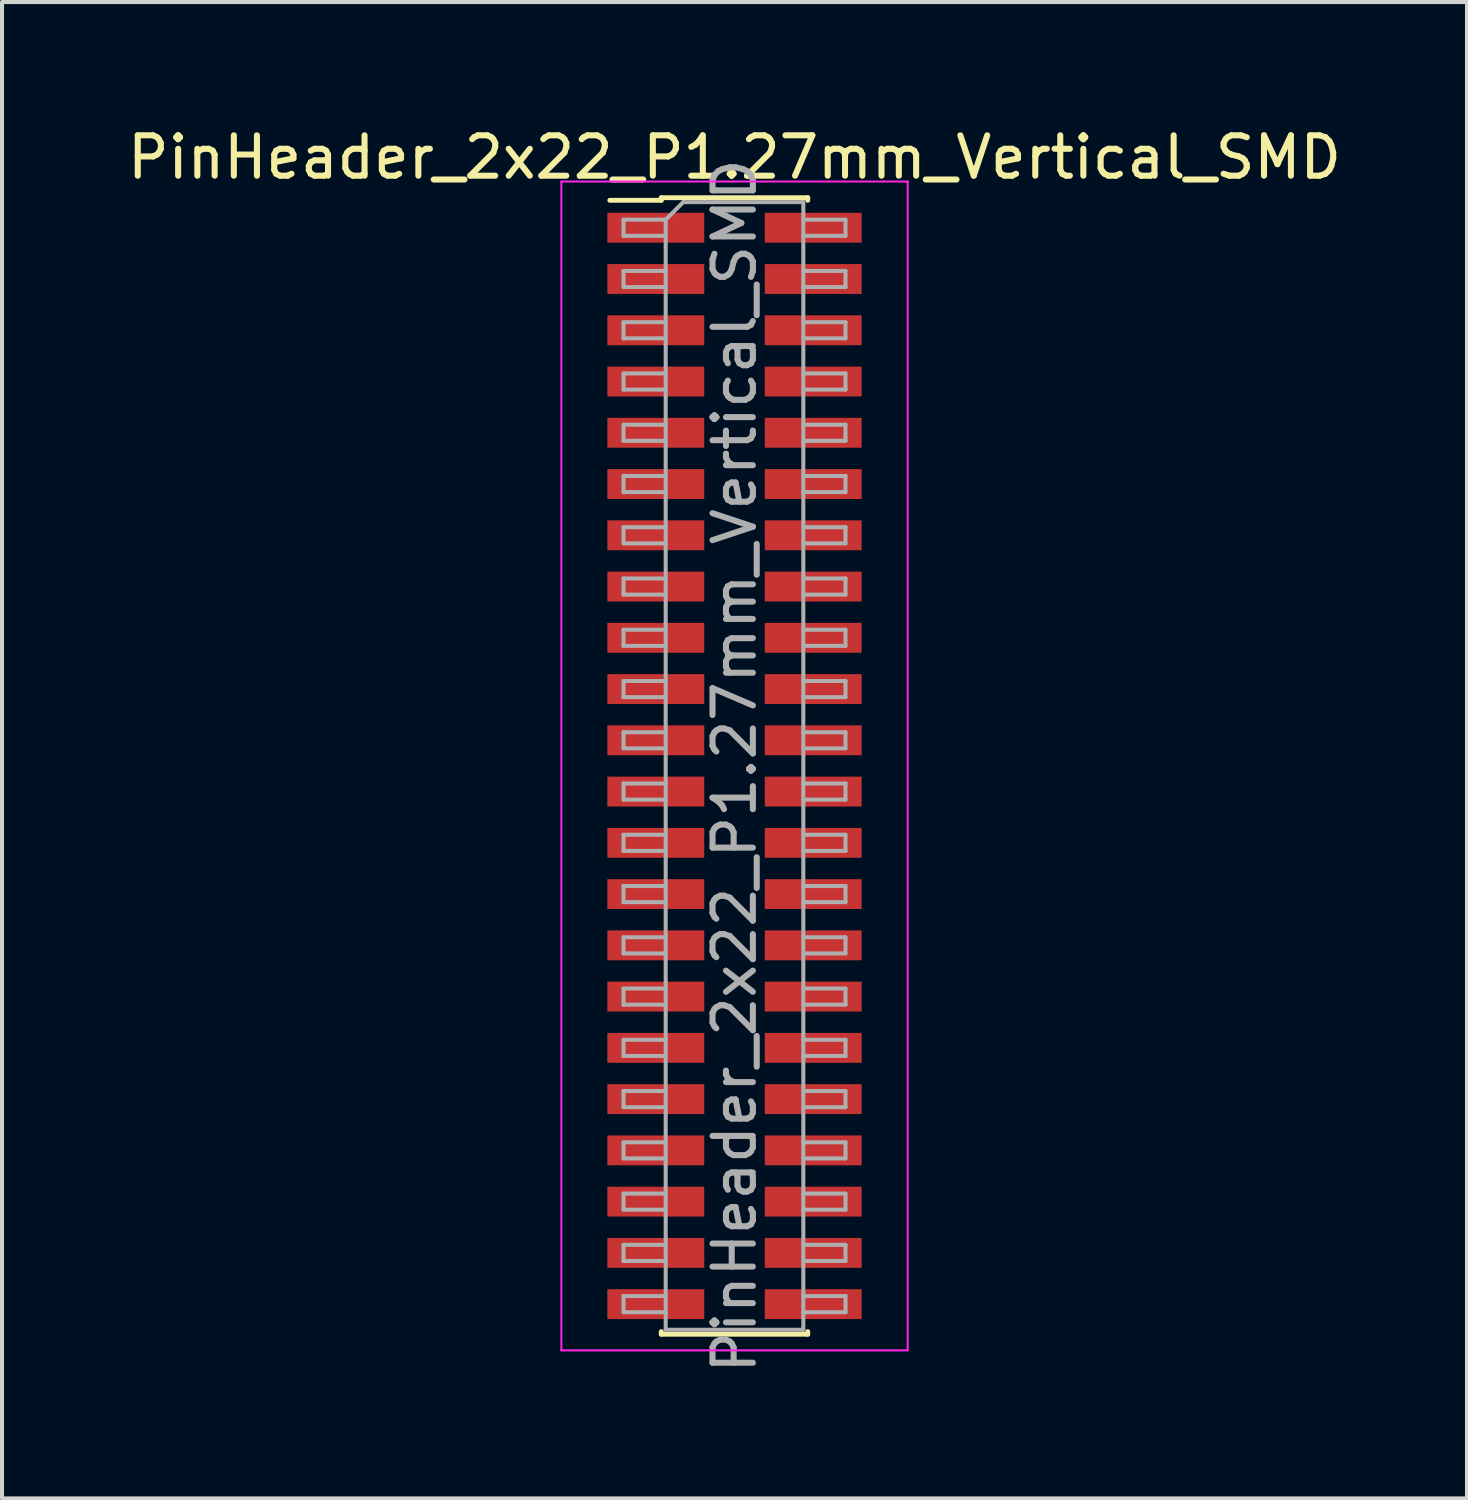
<source format=kicad_pcb>
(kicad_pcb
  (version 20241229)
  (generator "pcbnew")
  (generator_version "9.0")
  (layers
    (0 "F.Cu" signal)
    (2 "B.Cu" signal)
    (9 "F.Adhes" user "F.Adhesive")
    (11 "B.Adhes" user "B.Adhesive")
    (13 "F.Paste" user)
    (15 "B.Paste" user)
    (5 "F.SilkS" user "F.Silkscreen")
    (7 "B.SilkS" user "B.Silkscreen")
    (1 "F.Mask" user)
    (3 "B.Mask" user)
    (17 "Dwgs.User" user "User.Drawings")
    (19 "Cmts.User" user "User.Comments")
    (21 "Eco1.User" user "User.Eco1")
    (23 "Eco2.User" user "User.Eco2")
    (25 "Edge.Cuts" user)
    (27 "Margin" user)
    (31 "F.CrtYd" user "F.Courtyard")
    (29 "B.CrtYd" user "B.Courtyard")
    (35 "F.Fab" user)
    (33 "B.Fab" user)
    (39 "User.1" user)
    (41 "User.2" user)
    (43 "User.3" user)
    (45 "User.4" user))
  (footprint "PinHeader_2x22_P1.27mm_Vertical_SMD"
    (layer "F.Cu")
    (at 15.149 15.928)
    (property "Reference" "PinHeader_2x22_P1.27mm_Vertical_SMD" (at 0 -15.08 0) (layer "F.SilkS") (effects (font (size 1 1) (thickness 0.15))))
    (attr smd)
    (fp_line (start -3.09 -14.015) (end -1.815 -14.015) (stroke (width 0.12) (type solid)) (layer "F.SilkS"))
    (fp_line (start -1.815 -14.08) (end -1.815 -14.015) (stroke (width 0.12) (type solid)) (layer "F.SilkS"))
    (fp_line (start -1.815 -14.08) (end 1.815 -14.08) (stroke (width 0.12) (type solid)) (layer "F.SilkS"))
    (fp_line (start -1.815 14.015) (end -1.815 14.08) (stroke (width 0.12) (type solid)) (layer "F.SilkS"))
    (fp_line (start -1.815 14.08) (end 1.815 14.08) (stroke (width 0.12) (type solid)) (layer "F.SilkS"))
    (fp_line (start 1.815 -14.08) (end 1.815 -14.015) (stroke (width 0.12) (type solid)) (layer "F.SilkS"))
    (fp_line (start 1.815 14.015) (end 1.815 14.08) (stroke (width 0.12) (type solid)) (layer "F.SilkS"))
    (fp_line (start -4.29 -14.48) (end -4.29 14.48) (stroke (width 0.05) (type solid)) (layer "F.CrtYd"))
    (fp_line (start -4.29 14.48) (end 4.29 14.48) (stroke (width 0.05) (type solid)) (layer "F.CrtYd"))
    (fp_line (start 4.29 -14.48) (end -4.29 -14.48) (stroke (width 0.05) (type solid)) (layer "F.CrtYd"))
    (fp_line (start 4.29 14.48) (end 4.29 -14.48) (stroke (width 0.05) (type solid)) (layer "F.CrtYd"))
    (fp_line (start -2.75 -13.535) (end -2.75 -13.135) (stroke (width 0.1) (type solid)) (layer "F.Fab"))
    (fp_line (start -2.75 -13.135) (end -1.705 -13.135) (stroke (width 0.1) (type solid)) (layer "F.Fab"))
    (fp_line (start -2.75 -12.265) (end -2.75 -11.865) (stroke (width 0.1) (type solid)) (layer "F.Fab"))
    (fp_line (start -2.75 -11.865) (end -1.705 -11.865) (stroke (width 0.1) (type solid)) (layer "F.Fab"))
    (fp_line (start -2.75 -10.995) (end -2.75 -10.595) (stroke (width 0.1) (type solid)) (layer "F.Fab"))
    (fp_line (start -2.75 -10.595) (end -1.705 -10.595) (stroke (width 0.1) (type solid)) (layer "F.Fab"))
    (fp_line (start -2.75 -9.725) (end -2.75 -9.325) (stroke (width 0.1) (type solid)) (layer "F.Fab"))
    (fp_line (start -2.75 -9.325) (end -1.705 -9.325) (stroke (width 0.1) (type solid)) (layer "F.Fab"))
    (fp_line (start -2.75 -8.455) (end -2.75 -8.055) (stroke (width 0.1) (type solid)) (layer "F.Fab"))
    (fp_line (start -2.75 -8.055) (end -1.705 -8.055) (stroke (width 0.1) (type solid)) (layer "F.Fab"))
    (fp_line (start -2.75 -7.185) (end -2.75 -6.785) (stroke (width 0.1) (type solid)) (layer "F.Fab"))
    (fp_line (start -2.75 -6.785) (end -1.705 -6.785) (stroke (width 0.1) (type solid)) (layer "F.Fab"))
    (fp_line (start -2.75 -5.915) (end -2.75 -5.515) (stroke (width 0.1) (type solid)) (layer "F.Fab"))
    (fp_line (start -2.75 -5.515) (end -1.705 -5.515) (stroke (width 0.1) (type solid)) (layer "F.Fab"))
    (fp_line (start -2.75 -4.645) (end -2.75 -4.245) (stroke (width 0.1) (type solid)) (layer "F.Fab"))
    (fp_line (start -2.75 -4.245) (end -1.705 -4.245) (stroke (width 0.1) (type solid)) (layer "F.Fab"))
    (fp_line (start -2.75 -3.375) (end -2.75 -2.975) (stroke (width 0.1) (type solid)) (layer "F.Fab"))
    (fp_line (start -2.75 -2.975) (end -1.705 -2.975) (stroke (width 0.1) (type solid)) (layer "F.Fab"))
    (fp_line (start -2.75 -2.105) (end -2.75 -1.705) (stroke (width 0.1) (type solid)) (layer "F.Fab"))
    (fp_line (start -2.75 -1.705) (end -1.705 -1.705) (stroke (width 0.1) (type solid)) (layer "F.Fab"))
    (fp_line (start -2.75 -0.835) (end -2.75 -0.435) (stroke (width 0.1) (type solid)) (layer "F.Fab"))
    (fp_line (start -2.75 -0.435) (end -1.705 -0.435) (stroke (width 0.1) (type solid)) (layer "F.Fab"))
    (fp_line (start -2.75 0.435) (end -2.75 0.835) (stroke (width 0.1) (type solid)) (layer "F.Fab"))
    (fp_line (start -2.75 0.835) (end -1.705 0.835) (stroke (width 0.1) (type solid)) (layer "F.Fab"))
    (fp_line (start -2.75 1.705) (end -2.75 2.105) (stroke (width 0.1) (type solid)) (layer "F.Fab"))
    (fp_line (start -2.75 2.105) (end -1.705 2.105) (stroke (width 0.1) (type solid)) (layer "F.Fab"))
    (fp_line (start -2.75 2.975) (end -2.75 3.375) (stroke (width 0.1) (type solid)) (layer "F.Fab"))
    (fp_line (start -2.75 3.375) (end -1.705 3.375) (stroke (width 0.1) (type solid)) (layer "F.Fab"))
    (fp_line (start -2.75 4.245) (end -2.75 4.645) (stroke (width 0.1) (type solid)) (layer "F.Fab"))
    (fp_line (start -2.75 4.645) (end -1.705 4.645) (stroke (width 0.1) (type solid)) (layer "F.Fab"))
    (fp_line (start -2.75 5.515) (end -2.75 5.915) (stroke (width 0.1) (type solid)) (layer "F.Fab"))
    (fp_line (start -2.75 5.915) (end -1.705 5.915) (stroke (width 0.1) (type solid)) (layer "F.Fab"))
    (fp_line (start -2.75 6.785) (end -2.75 7.185) (stroke (width 0.1) (type solid)) (layer "F.Fab"))
    (fp_line (start -2.75 7.185) (end -1.705 7.185) (stroke (width 0.1) (type solid)) (layer "F.Fab"))
    (fp_line (start -2.75 8.055) (end -2.75 8.455) (stroke (width 0.1) (type solid)) (layer "F.Fab"))
    (fp_line (start -2.75 8.455) (end -1.705 8.455) (stroke (width 0.1) (type solid)) (layer "F.Fab"))
    (fp_line (start -2.75 9.325) (end -2.75 9.725) (stroke (width 0.1) (type solid)) (layer "F.Fab"))
    (fp_line (start -2.75 9.725) (end -1.705 9.725) (stroke (width 0.1) (type solid)) (layer "F.Fab"))
    (fp_line (start -2.75 10.595) (end -2.75 10.995) (stroke (width 0.1) (type solid)) (layer "F.Fab"))
    (fp_line (start -2.75 10.995) (end -1.705 10.995) (stroke (width 0.1) (type solid)) (layer "F.Fab"))
    (fp_line (start -2.75 11.865) (end -2.75 12.265) (stroke (width 0.1) (type solid)) (layer "F.Fab"))
    (fp_line (start -2.75 12.265) (end -1.705 12.265) (stroke (width 0.1) (type solid)) (layer "F.Fab"))
    (fp_line (start -2.75 13.135) (end -2.75 13.535) (stroke (width 0.1) (type solid)) (layer "F.Fab"))
    (fp_line (start -2.75 13.535) (end -1.705 13.535) (stroke (width 0.1) (type solid)) (layer "F.Fab"))
    (fp_line (start -1.705 -13.535) (end -2.75 -13.535) (stroke (width 0.1) (type solid)) (layer "F.Fab"))
    (fp_line (start -1.705 -13.535) (end -1.27 -13.97) (stroke (width 0.1) (type solid)) (layer "F.Fab"))
    (fp_line (start -1.705 -12.265) (end -2.75 -12.265) (stroke (width 0.1) (type solid)) (layer "F.Fab"))
    (fp_line (start -1.705 -10.995) (end -2.75 -10.995) (stroke (width 0.1) (type solid)) (layer "F.Fab"))
    (fp_line (start -1.705 -9.725) (end -2.75 -9.725) (stroke (width 0.1) (type solid)) (layer "F.Fab"))
    (fp_line (start -1.705 -8.455) (end -2.75 -8.455) (stroke (width 0.1) (type solid)) (layer "F.Fab"))
    (fp_line (start -1.705 -7.185) (end -2.75 -7.185) (stroke (width 0.1) (type solid)) (layer "F.Fab"))
    (fp_line (start -1.705 -5.915) (end -2.75 -5.915) (stroke (width 0.1) (type solid)) (layer "F.Fab"))
    (fp_line (start -1.705 -4.645) (end -2.75 -4.645) (stroke (width 0.1) (type solid)) (layer "F.Fab"))
    (fp_line (start -1.705 -3.375) (end -2.75 -3.375) (stroke (width 0.1) (type solid)) (layer "F.Fab"))
    (fp_line (start -1.705 -2.105) (end -2.75 -2.105) (stroke (width 0.1) (type solid)) (layer "F.Fab"))
    (fp_line (start -1.705 -0.835) (end -2.75 -0.835) (stroke (width 0.1) (type solid)) (layer "F.Fab"))
    (fp_line (start -1.705 0.435) (end -2.75 0.435) (stroke (width 0.1) (type solid)) (layer "F.Fab"))
    (fp_line (start -1.705 1.705) (end -2.75 1.705) (stroke (width 0.1) (type solid)) (layer "F.Fab"))
    (fp_line (start -1.705 2.975) (end -2.75 2.975) (stroke (width 0.1) (type solid)) (layer "F.Fab"))
    (fp_line (start -1.705 4.245) (end -2.75 4.245) (stroke (width 0.1) (type solid)) (layer "F.Fab"))
    (fp_line (start -1.705 5.515) (end -2.75 5.515) (stroke (width 0.1) (type solid)) (layer "F.Fab"))
    (fp_line (start -1.705 6.785) (end -2.75 6.785) (stroke (width 0.1) (type solid)) (layer "F.Fab"))
    (fp_line (start -1.705 8.055) (end -2.75 8.055) (stroke (width 0.1) (type solid)) (layer "F.Fab"))
    (fp_line (start -1.705 9.325) (end -2.75 9.325) (stroke (width 0.1) (type solid)) (layer "F.Fab"))
    (fp_line (start -1.705 10.595) (end -2.75 10.595) (stroke (width 0.1) (type solid)) (layer "F.Fab"))
    (fp_line (start -1.705 11.865) (end -2.75 11.865) (stroke (width 0.1) (type solid)) (layer "F.Fab"))
    (fp_line (start -1.705 13.135) (end -2.75 13.135) (stroke (width 0.1) (type solid)) (layer "F.Fab"))
    (fp_line (start -1.705 13.97) (end -1.705 -13.535) (stroke (width 0.1) (type solid)) (layer "F.Fab"))
    (fp_line (start -1.27 -13.97) (end 1.705 -13.97) (stroke (width 0.1) (type solid)) (layer "F.Fab"))
    (fp_line (start 1.705 -13.97) (end 1.705 13.97) (stroke (width 0.1) (type solid)) (layer "F.Fab"))
    (fp_line (start 1.705 -13.535) (end 2.75 -13.535) (stroke (width 0.1) (type solid)) (layer "F.Fab"))
    (fp_line (start 1.705 -12.265) (end 2.75 -12.265) (stroke (width 0.1) (type solid)) (layer "F.Fab"))
    (fp_line (start 1.705 -10.995) (end 2.75 -10.995) (stroke (width 0.1) (type solid)) (layer "F.Fab"))
    (fp_line (start 1.705 -9.725) (end 2.75 -9.725) (stroke (width 0.1) (type solid)) (layer "F.Fab"))
    (fp_line (start 1.705 -8.455) (end 2.75 -8.455) (stroke (width 0.1) (type solid)) (layer "F.Fab"))
    (fp_line (start 1.705 -7.185) (end 2.75 -7.185) (stroke (width 0.1) (type solid)) (layer "F.Fab"))
    (fp_line (start 1.705 -5.915) (end 2.75 -5.915) (stroke (width 0.1) (type solid)) (layer "F.Fab"))
    (fp_line (start 1.705 -4.645) (end 2.75 -4.645) (stroke (width 0.1) (type solid)) (layer "F.Fab"))
    (fp_line (start 1.705 -3.375) (end 2.75 -3.375) (stroke (width 0.1) (type solid)) (layer "F.Fab"))
    (fp_line (start 1.705 -2.105) (end 2.75 -2.105) (stroke (width 0.1) (type solid)) (layer "F.Fab"))
    (fp_line (start 1.705 -0.835) (end 2.75 -0.835) (stroke (width 0.1) (type solid)) (layer "F.Fab"))
    (fp_line (start 1.705 0.435) (end 2.75 0.435) (stroke (width 0.1) (type solid)) (layer "F.Fab"))
    (fp_line (start 1.705 1.705) (end 2.75 1.705) (stroke (width 0.1) (type solid)) (layer "F.Fab"))
    (fp_line (start 1.705 2.975) (end 2.75 2.975) (stroke (width 0.1) (type solid)) (layer "F.Fab"))
    (fp_line (start 1.705 4.245) (end 2.75 4.245) (stroke (width 0.1) (type solid)) (layer "F.Fab"))
    (fp_line (start 1.705 5.515) (end 2.75 5.515) (stroke (width 0.1) (type solid)) (layer "F.Fab"))
    (fp_line (start 1.705 6.785) (end 2.75 6.785) (stroke (width 0.1) (type solid)) (layer "F.Fab"))
    (fp_line (start 1.705 8.055) (end 2.75 8.055) (stroke (width 0.1) (type solid)) (layer "F.Fab"))
    (fp_line (start 1.705 9.325) (end 2.75 9.325) (stroke (width 0.1) (type solid)) (layer "F.Fab"))
    (fp_line (start 1.705 10.595) (end 2.75 10.595) (stroke (width 0.1) (type solid)) (layer "F.Fab"))
    (fp_line (start 1.705 11.865) (end 2.75 11.865) (stroke (width 0.1) (type solid)) (layer "F.Fab"))
    (fp_line (start 1.705 13.135) (end 2.75 13.135) (stroke (width 0.1) (type solid)) (layer "F.Fab"))
    (fp_line (start 1.705 13.97) (end -1.705 13.97) (stroke (width 0.1) (type solid)) (layer "F.Fab"))
    (fp_line (start 2.75 -13.535) (end 2.75 -13.135) (stroke (width 0.1) (type solid)) (layer "F.Fab"))
    (fp_line (start 2.75 -13.135) (end 1.705 -13.135) (stroke (width 0.1) (type solid)) (layer "F.Fab"))
    (fp_line (start 2.75 -12.265) (end 2.75 -11.865) (stroke (width 0.1) (type solid)) (layer "F.Fab"))
    (fp_line (start 2.75 -11.865) (end 1.705 -11.865) (stroke (width 0.1) (type solid)) (layer "F.Fab"))
    (fp_line (start 2.75 -10.995) (end 2.75 -10.595) (stroke (width 0.1) (type solid)) (layer "F.Fab"))
    (fp_line (start 2.75 -10.595) (end 1.705 -10.595) (stroke (width 0.1) (type solid)) (layer "F.Fab"))
    (fp_line (start 2.75 -9.725) (end 2.75 -9.325) (stroke (width 0.1) (type solid)) (layer "F.Fab"))
    (fp_line (start 2.75 -9.325) (end 1.705 -9.325) (stroke (width 0.1) (type solid)) (layer "F.Fab"))
    (fp_line (start 2.75 -8.455) (end 2.75 -8.055) (stroke (width 0.1) (type solid)) (layer "F.Fab"))
    (fp_line (start 2.75 -8.055) (end 1.705 -8.055) (stroke (width 0.1) (type solid)) (layer "F.Fab"))
    (fp_line (start 2.75 -7.185) (end 2.75 -6.785) (stroke (width 0.1) (type solid)) (layer "F.Fab"))
    (fp_line (start 2.75 -6.785) (end 1.705 -6.785) (stroke (width 0.1) (type solid)) (layer "F.Fab"))
    (fp_line (start 2.75 -5.915) (end 2.75 -5.515) (stroke (width 0.1) (type solid)) (layer "F.Fab"))
    (fp_line (start 2.75 -5.515) (end 1.705 -5.515) (stroke (width 0.1) (type solid)) (layer "F.Fab"))
    (fp_line (start 2.75 -4.645) (end 2.75 -4.245) (stroke (width 0.1) (type solid)) (layer "F.Fab"))
    (fp_line (start 2.75 -4.245) (end 1.705 -4.245) (stroke (width 0.1) (type solid)) (layer "F.Fab"))
    (fp_line (start 2.75 -3.375) (end 2.75 -2.975) (stroke (width 0.1) (type solid)) (layer "F.Fab"))
    (fp_line (start 2.75 -2.975) (end 1.705 -2.975) (stroke (width 0.1) (type solid)) (layer "F.Fab"))
    (fp_line (start 2.75 -2.105) (end 2.75 -1.705) (stroke (width 0.1) (type solid)) (layer "F.Fab"))
    (fp_line (start 2.75 -1.705) (end 1.705 -1.705) (stroke (width 0.1) (type solid)) (layer "F.Fab"))
    (fp_line (start 2.75 -0.835) (end 2.75 -0.435) (stroke (width 0.1) (type solid)) (layer "F.Fab"))
    (fp_line (start 2.75 -0.435) (end 1.705 -0.435) (stroke (width 0.1) (type solid)) (layer "F.Fab"))
    (fp_line (start 2.75 0.435) (end 2.75 0.835) (stroke (width 0.1) (type solid)) (layer "F.Fab"))
    (fp_line (start 2.75 0.835) (end 1.705 0.835) (stroke (width 0.1) (type solid)) (layer "F.Fab"))
    (fp_line (start 2.75 1.705) (end 2.75 2.105) (stroke (width 0.1) (type solid)) (layer "F.Fab"))
    (fp_line (start 2.75 2.105) (end 1.705 2.105) (stroke (width 0.1) (type solid)) (layer "F.Fab"))
    (fp_line (start 2.75 2.975) (end 2.75 3.375) (stroke (width 0.1) (type solid)) (layer "F.Fab"))
    (fp_line (start 2.75 3.375) (end 1.705 3.375) (stroke (width 0.1) (type solid)) (layer "F.Fab"))
    (fp_line (start 2.75 4.245) (end 2.75 4.645) (stroke (width 0.1) (type solid)) (layer "F.Fab"))
    (fp_line (start 2.75 4.645) (end 1.705 4.645) (stroke (width 0.1) (type solid)) (layer "F.Fab"))
    (fp_line (start 2.75 5.515) (end 2.75 5.915) (stroke (width 0.1) (type solid)) (layer "F.Fab"))
    (fp_line (start 2.75 5.915) (end 1.705 5.915) (stroke (width 0.1) (type solid)) (layer "F.Fab"))
    (fp_line (start 2.75 6.785) (end 2.75 7.185) (stroke (width 0.1) (type solid)) (layer "F.Fab"))
    (fp_line (start 2.75 7.185) (end 1.705 7.185) (stroke (width 0.1) (type solid)) (layer "F.Fab"))
    (fp_line (start 2.75 8.055) (end 2.75 8.455) (stroke (width 0.1) (type solid)) (layer "F.Fab"))
    (fp_line (start 2.75 8.455) (end 1.705 8.455) (stroke (width 0.1) (type solid)) (layer "F.Fab"))
    (fp_line (start 2.75 9.325) (end 2.75 9.725) (stroke (width 0.1) (type solid)) (layer "F.Fab"))
    (fp_line (start 2.75 9.725) (end 1.705 9.725) (stroke (width 0.1) (type solid)) (layer "F.Fab"))
    (fp_line (start 2.75 10.595) (end 2.75 10.995) (stroke (width 0.1) (type solid)) (layer "F.Fab"))
    (fp_line (start 2.75 10.995) (end 1.705 10.995) (stroke (width 0.1) (type solid)) (layer "F.Fab"))
    (fp_line (start 2.75 11.865) (end 2.75 12.265) (stroke (width 0.1) (type solid)) (layer "F.Fab"))
    (fp_line (start 2.75 12.265) (end 1.705 12.265) (stroke (width 0.1) (type solid)) (layer "F.Fab"))
    (fp_line (start 2.75 13.135) (end 2.75 13.535) (stroke (width 0.1) (type solid)) (layer "F.Fab"))
    (fp_line (start 2.75 13.535) (end 1.705 13.535) (stroke (width 0.1) (type solid)) (layer "F.Fab"))
    (fp_text user "${REFERENCE}" (at 0 0 90) (layer "F.Fab") (effects (font (size 1 1) (thickness 0.15))))
    (pad "1" smd rect (at -1.95 -13.335) (size 2.4 0.74) (layers "F.Cu" "F.Mask" "F.Paste"))
    (pad "2" smd rect (at 1.95 -13.335) (size 2.4 0.74) (layers "F.Cu" "F.Mask" "F.Paste"))
    (pad "3" smd rect (at -1.95 -12.065) (size 2.4 0.74) (layers "F.Cu" "F.Mask" "F.Paste"))
    (pad "4" smd rect (at 1.95 -12.065) (size 2.4 0.74) (layers "F.Cu" "F.Mask" "F.Paste"))
    (pad "5" smd rect (at -1.95 -10.795) (size 2.4 0.74) (layers "F.Cu" "F.Mask" "F.Paste"))
    (pad "6" smd rect (at 1.95 -10.795) (size 2.4 0.74) (layers "F.Cu" "F.Mask" "F.Paste"))
    (pad "7" smd rect (at -1.95 -9.525) (size 2.4 0.74) (layers "F.Cu" "F.Mask" "F.Paste"))
    (pad "8" smd rect (at 1.95 -9.525) (size 2.4 0.74) (layers "F.Cu" "F.Mask" "F.Paste"))
    (pad "9" smd rect (at -1.95 -8.255) (size 2.4 0.74) (layers "F.Cu" "F.Mask" "F.Paste"))
    (pad "10" smd rect (at 1.95 -8.255) (size 2.4 0.74) (layers "F.Cu" "F.Mask" "F.Paste"))
    (pad "11" smd rect (at -1.95 -6.985) (size 2.4 0.74) (layers "F.Cu" "F.Mask" "F.Paste"))
    (pad "12" smd rect (at 1.95 -6.985) (size 2.4 0.74) (layers "F.Cu" "F.Mask" "F.Paste"))
    (pad "13" smd rect (at -1.95 -5.715) (size 2.4 0.74) (layers "F.Cu" "F.Mask" "F.Paste"))
    (pad "14" smd rect (at 1.95 -5.715) (size 2.4 0.74) (layers "F.Cu" "F.Mask" "F.Paste"))
    (pad "15" smd rect (at -1.95 -4.445) (size 2.4 0.74) (layers "F.Cu" "F.Mask" "F.Paste"))
    (pad "16" smd rect (at 1.95 -4.445) (size 2.4 0.74) (layers "F.Cu" "F.Mask" "F.Paste"))
    (pad "17" smd rect (at -1.95 -3.175) (size 2.4 0.74) (layers "F.Cu" "F.Mask" "F.Paste"))
    (pad "18" smd rect (at 1.95 -3.175) (size 2.4 0.74) (layers "F.Cu" "F.Mask" "F.Paste"))
    (pad "19" smd rect (at -1.95 -1.905) (size 2.4 0.74) (layers "F.Cu" "F.Mask" "F.Paste"))
    (pad "20" smd rect (at 1.95 -1.905) (size 2.4 0.74) (layers "F.Cu" "F.Mask" "F.Paste"))
    (pad "21" smd rect (at -1.95 -0.635) (size 2.4 0.74) (layers "F.Cu" "F.Mask" "F.Paste"))
    (pad "22" smd rect (at 1.95 -0.635) (size 2.4 0.74) (layers "F.Cu" "F.Mask" "F.Paste"))
    (pad "23" smd rect (at -1.95 0.635) (size 2.4 0.74) (layers "F.Cu" "F.Mask" "F.Paste"))
    (pad "24" smd rect (at 1.95 0.635) (size 2.4 0.74) (layers "F.Cu" "F.Mask" "F.Paste"))
    (pad "25" smd rect (at -1.95 1.905) (size 2.4 0.74) (layers "F.Cu" "F.Mask" "F.Paste"))
    (pad "26" smd rect (at 1.95 1.905) (size 2.4 0.74) (layers "F.Cu" "F.Mask" "F.Paste"))
    (pad "27" smd rect (at -1.95 3.175) (size 2.4 0.74) (layers "F.Cu" "F.Mask" "F.Paste"))
    (pad "28" smd rect (at 1.95 3.175) (size 2.4 0.74) (layers "F.Cu" "F.Mask" "F.Paste"))
    (pad "29" smd rect (at -1.95 4.445) (size 2.4 0.74) (layers "F.Cu" "F.Mask" "F.Paste"))
    (pad "30" smd rect (at 1.95 4.445) (size 2.4 0.74) (layers "F.Cu" "F.Mask" "F.Paste"))
    (pad "31" smd rect (at -1.95 5.715) (size 2.4 0.74) (layers "F.Cu" "F.Mask" "F.Paste"))
    (pad "32" smd rect (at 1.95 5.715) (size 2.4 0.74) (layers "F.Cu" "F.Mask" "F.Paste"))
    (pad "33" smd rect (at -1.95 6.985) (size 2.4 0.74) (layers "F.Cu" "F.Mask" "F.Paste"))
    (pad "34" smd rect (at 1.95 6.985) (size 2.4 0.74) (layers "F.Cu" "F.Mask" "F.Paste"))
    (pad "35" smd rect (at -1.95 8.255) (size 2.4 0.74) (layers "F.Cu" "F.Mask" "F.Paste"))
    (pad "36" smd rect (at 1.95 8.255) (size 2.4 0.74) (layers "F.Cu" "F.Mask" "F.Paste"))
    (pad "37" smd rect (at -1.95 9.525) (size 2.4 0.74) (layers "F.Cu" "F.Mask" "F.Paste"))
    (pad "38" smd rect (at 1.95 9.525) (size 2.4 0.74) (layers "F.Cu" "F.Mask" "F.Paste"))
    (pad "39" smd rect (at -1.95 10.795) (size 2.4 0.74) (layers "F.Cu" "F.Mask" "F.Paste"))
    (pad "40" smd rect (at 1.95 10.795) (size 2.4 0.74) (layers "F.Cu" "F.Mask" "F.Paste"))
    (pad "41" smd rect (at -1.95 12.065) (size 2.4 0.74) (layers "F.Cu" "F.Mask" "F.Paste"))
    (pad "42" smd rect (at 1.95 12.065) (size 2.4 0.74) (layers "F.Cu" "F.Mask" "F.Paste"))
    (pad "43" smd rect (at -1.95 13.335) (size 2.4 0.74) (layers "F.Cu" "F.Mask" "F.Paste"))
    (pad "44" smd rect (at 1.95 13.335) (size 2.4 0.74) (layers "F.Cu" "F.Mask" "F.Paste")))
  (gr_rect
    (start -3 -3)
    (end 33.298 34.077)
    (stroke (width 0.1) (type default))
    (fill no)
    (layer "Edge.Cuts")))
</source>
